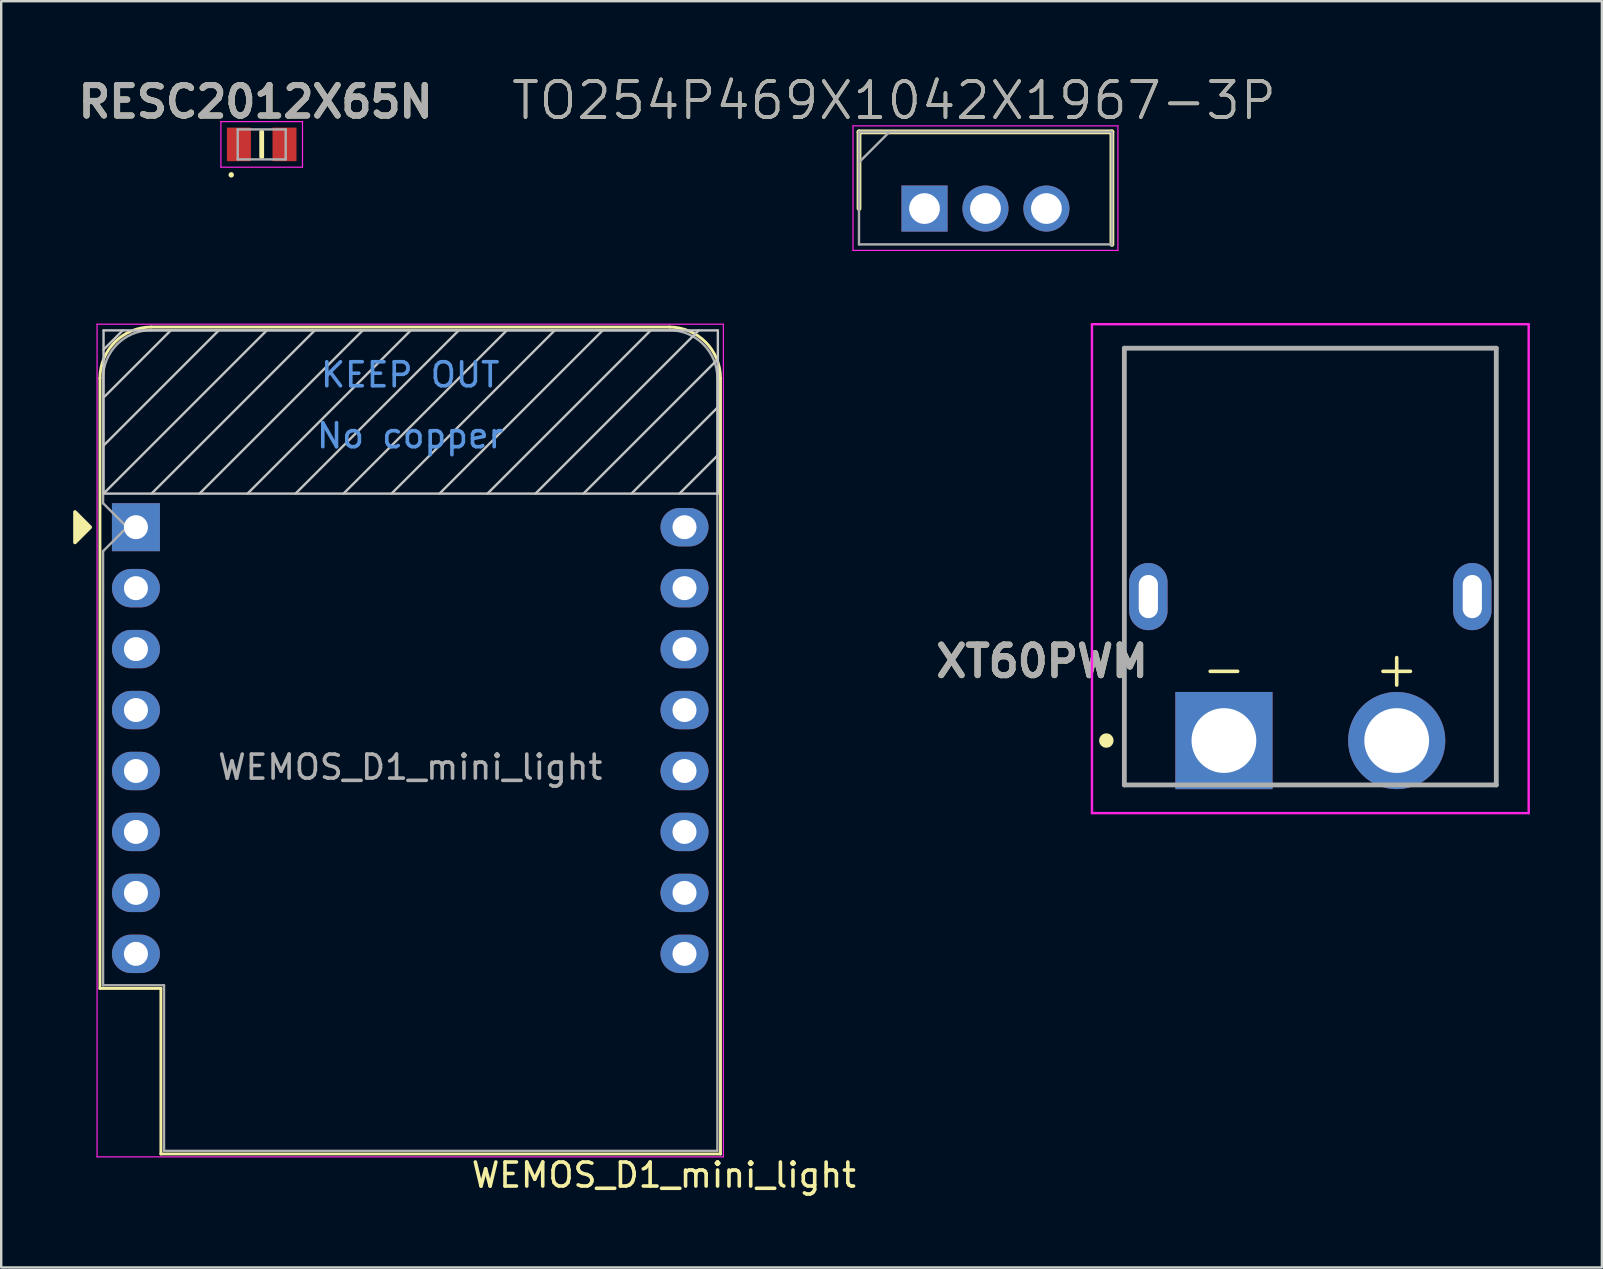
<source format=kicad_pcb>
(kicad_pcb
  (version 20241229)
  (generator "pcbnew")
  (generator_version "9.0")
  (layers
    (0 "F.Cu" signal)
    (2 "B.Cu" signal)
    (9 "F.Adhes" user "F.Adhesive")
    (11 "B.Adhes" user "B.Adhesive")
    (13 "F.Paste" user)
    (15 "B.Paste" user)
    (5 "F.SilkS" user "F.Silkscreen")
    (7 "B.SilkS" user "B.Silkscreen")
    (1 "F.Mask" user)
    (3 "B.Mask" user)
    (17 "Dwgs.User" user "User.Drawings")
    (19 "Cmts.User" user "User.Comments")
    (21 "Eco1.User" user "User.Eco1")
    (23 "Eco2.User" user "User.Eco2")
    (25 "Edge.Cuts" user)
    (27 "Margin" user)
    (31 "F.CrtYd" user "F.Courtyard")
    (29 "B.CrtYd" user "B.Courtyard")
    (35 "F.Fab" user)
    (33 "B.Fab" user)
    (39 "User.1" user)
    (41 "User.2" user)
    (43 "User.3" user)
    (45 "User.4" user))
  (footprint "RESC2012X65N"
    (layer "F.Cu")
    (at 7.856 2.967)
    (property "Reference" "RESC2012X65N" (at -0.254 -1.778 0) (layer "F.SilkS") (effects (font (size 1.27 1.27) (thickness 0.254))))
    (attr smd)
    (fp_line (start 0 -0.525) (end 0 0.525) (stroke (width 0.2) (type solid)) (layer "F.SilkS"))
    (fp_circle (center -1.27 1.27) (end -1.22 1.27) (stroke (width 0.127) (type solid)) (fill yes) (layer "F.SilkS"))
    (fp_line (start -1.7 -0.95) (end 1.7 -0.95) (stroke (width 0.05) (type solid)) (layer "F.CrtYd"))
    (fp_line (start -1.7 0.95) (end -1.7 -0.95) (stroke (width 0.05) (type solid)) (layer "F.CrtYd"))
    (fp_line (start 1.7 -0.95) (end 1.7 0.95) (stroke (width 0.05) (type solid)) (layer "F.CrtYd"))
    (fp_line (start 1.7 0.95) (end -1.7 0.95) (stroke (width 0.05) (type solid)) (layer "F.CrtYd"))
    (fp_line (start -1 -0.625) (end 1 -0.625) (stroke (width 0.1) (type solid)) (layer "F.Fab"))
    (fp_line (start -1 0.625) (end -1 -0.625) (stroke (width 0.1) (type solid)) (layer "F.Fab"))
    (fp_line (start 1 -0.625) (end 1 0.625) (stroke (width 0.1) (type solid)) (layer "F.Fab"))
    (fp_line (start 1 0.625) (end -1 0.625) (stroke (width 0.1) (type solid)) (layer "F.Fab"))
    (fp_text user "${REFERENCE}" (at -0.254 -1.778 0) (layer "F.Fab") (effects (font (size 1.27 1.27) (thickness 0.254))))
    (pad "1" smd rect (at -0.95 0) (size 1 1.4) (layers "F.Cu" "F.Mask" "F.Paste"))
    (pad "2" smd rect (at 0.95 0) (size 1 1.4) (layers "F.Cu" "F.Mask" "F.Paste")))
  (footprint "TO254P469X1042X1967-3P"
    (layer "F.Cu")
    (at 35.477 5.641)
    (property "Reference" "TO254P469X1042X1967-3P" (at -1.27 -4.5 0) (layer "F.SilkS") (effects (font (size 1.5 1.5) (thickness 0.15))))
    (attr through_hole)
    (fp_line (start -2.73 -3.195) (end -2.73 0) (stroke (width 0.2) (type solid)) (layer "F.SilkS"))
    (fp_line (start 7.81 -3.195) (end -2.73 -3.195) (stroke (width 0.2) (type solid)) (layer "F.SilkS"))
    (fp_line (start 7.81 1.495) (end 7.81 -3.195) (stroke (width 0.2) (type solid)) (layer "F.SilkS"))
    (fp_line (start -2.98 -3.445) (end 8.06 -3.445) (stroke (width 0.05) (type solid)) (layer "F.CrtYd"))
    (fp_line (start -2.98 1.745) (end -2.98 -3.445) (stroke (width 0.05) (type solid)) (layer "F.CrtYd"))
    (fp_line (start 8.06 -3.445) (end 8.06 1.745) (stroke (width 0.05) (type solid)) (layer "F.CrtYd"))
    (fp_line (start 8.06 1.745) (end -2.98 1.745) (stroke (width 0.05) (type solid)) (layer "F.CrtYd"))
    (fp_line (start -2.73 -3.195) (end 7.81 -3.195) (stroke (width 0.1) (type solid)) (layer "F.Fab"))
    (fp_line (start -2.73 -1.925) (end -1.46 -3.195) (stroke (width 0.1) (type solid)) (layer "F.Fab"))
    (fp_line (start -2.73 1.495) (end -2.73 -3.195) (stroke (width 0.1) (type solid)) (layer "F.Fab"))
    (fp_line (start 7.81 -3.195) (end 7.81 1.495) (stroke (width 0.1) (type solid)) (layer "F.Fab"))
    (fp_line (start 7.81 1.495) (end -2.73 1.495) (stroke (width 0.1) (type solid)) (layer "F.Fab"))
    (fp_text user "${REFERENCE}" (at -1.27 -4.5 0) (layer "F.Fab") (effects (font (size 1.5 1.5) (thickness 0.15))))
    (pad "1" thru_hole rect (at 0 0) (size 1.92 1.92) (drill 1.28) (layers "*.Cu" "*.Mask"))
    (pad "2" thru_hole circle (at 2.54 0) (size 1.92 1.92) (drill 1.28) (layers "*.Cu" "*.Mask"))
    (pad "3" thru_hole circle (at 5.08 0) (size 1.92 1.92) (drill 1.28) (layers "*.Cu" "*.Mask")))
  (footprint "XT60PWM"
    (layer "F.Cu")
    (at 51.555 27.811)
    (property "Reference" "XT60PWM" (at -11.176 -3.302 0) (layer "F.SilkS") (effects (font (size 1.27 1.27) (thickness 0.254))))
    (attr through_hole)
    (fp_line (start -7.75 -16.35) (end 7.75 -16.35) (stroke (width 0.1) (type solid)) (layer "F.SilkS"))
    (fp_line (start -7.75 -7) (end -7.75 -16.35) (stroke (width 0.1) (type solid)) (layer "F.SilkS"))
    (fp_line (start -7.75 -3) (end -7.75 1.85) (stroke (width 0.1) (type solid)) (layer "F.SilkS"))
    (fp_line (start -7.75 1.85) (end -5.7 1.85) (stroke (width 0.1) (type solid)) (layer "F.SilkS"))
    (fp_line (start 5.4 1.85) (end 7.75 1.85) (stroke (width 0.1) (type solid)) (layer "F.SilkS"))
    (fp_line (start 7.75 -16.35) (end 7.75 -7) (stroke (width 0.1) (type solid)) (layer "F.SilkS"))
    (fp_line (start 7.75 1.85) (end 7.75 -3) (stroke (width 0.1) (type solid)) (layer "F.SilkS"))
    (fp_circle (center -8.5 0) (end -8.3 0) (stroke (width 0.2) (type solid)) (fill yes) (layer "F.SilkS"))
    (fp_line (start -9.1 -17.35) (end 9.1 -17.35) (stroke (width 0.1) (type solid)) (layer "F.CrtYd"))
    (fp_line (start -9.1 3.025) (end -9.1 -17.35) (stroke (width 0.1) (type solid)) (layer "F.CrtYd"))
    (fp_line (start 9.1 -17.35) (end 9.1 3.025) (stroke (width 0.1) (type solid)) (layer "F.CrtYd"))
    (fp_line (start 9.1 3.025) (end -9.1 3.025) (stroke (width 0.1) (type solid)) (layer "F.CrtYd"))
    (fp_line (start -7.75 -16.35) (end 7.75 -16.35) (stroke (width 0.2) (type solid)) (layer "F.Fab"))
    (fp_line (start -7.75 1.85) (end -7.75 -16.35) (stroke (width 0.2) (type solid)) (layer "F.Fab"))
    (fp_line (start 7.75 -16.35) (end 7.75 1.85) (stroke (width 0.2) (type solid)) (layer "F.Fab"))
    (fp_line (start 7.75 1.85) (end -7.75 1.85) (stroke (width 0.2) (type solid)) (layer "F.Fab"))
    (fp_text user "+" (at 3.6 -3 0) (unlocked yes) (layer "F.SilkS") (effects (font (size 1.5 1.5) (thickness 0.15))))
    (fp_text user "-" (at -3.6 -3 0) (unlocked yes) (layer "F.SilkS") (effects (font (size 1.5 1.5) (thickness 0.15))))
    (fp_text user "${REFERENCE}" (at -11.176 -3.302 0) (layer "F.Fab") (effects (font (size 1.27 1.27) (thickness 0.254))))
    (pad "" np_thru_hole oval (at -6.75 -6) (size 1.6 2.8) (drill oval 0.8 1.8) (layers "*.Cu" "*.Mask"))
    (pad "" np_thru_hole oval (at 6.75 -6) (size 1.6 2.8) (drill oval 0.8 1.8) (layers "*.Cu" "*.Mask"))
    (pad "N" thru_hole rect (at -3.6 0) (size 4.05 4.05) (drill 2.7) (layers "*.Cu" "*.Mask"))
    (pad "P" thru_hole circle (at 3.6 0) (size 4.05 4.05) (drill 2.7) (layers "*.Cu" "*.Mask")))
  (footprint "WEMOS_D1_mini_light"
    (layer "F.Cu")
    (at 2.615 18.92)
    (property "Reference" "WEMOS_D1_mini_light" (at 22 27 0) (layer "F.SilkS") (effects (font (size 1 1) (thickness 0.15))))
    (attr through_hole)
    (fp_line (start -1.5 19.22) (end -1.5 -6.21) (stroke (width 0.12) (type solid)) (layer "F.SilkS"))
    (fp_line (start -1.5 19.22) (end 1.04 19.22) (stroke (width 0.12) (type solid)) (layer "F.SilkS"))
    (fp_line (start 1.04 19.22) (end 1.04 26.12) (stroke (width 0.12) (type solid)) (layer "F.SilkS"))
    (fp_line (start 1.04 26.12) (end 24.36 26.12) (stroke (width 0.12) (type solid)) (layer "F.SilkS"))
    (fp_line (start 22.24 -8.34) (end 0.63 -8.34) (stroke (width 0.12) (type solid)) (layer "F.SilkS"))
    (fp_line (start 24.36 26.12) (end 24.36 -6.21) (stroke (width 0.12) (type solid)) (layer "F.SilkS"))
    (fp_arc (start -1.5 -6.21) (mid -0.876137 -7.716137) (end 0.63 -8.34) (stroke (width 0.12) (type solid)) (layer "F.SilkS"))
    (fp_arc (start 22.23 -8.34) (mid 23.736137 -7.716137) (end 24.36 -6.21) (stroke (width 0.12) (type solid)) (layer "F.SilkS"))
    (fp_poly (pts (xy -2.54 -0.635) (xy -2.54 0.635) (xy -1.905 0)) (stroke (width 0.15) (type solid)) (fill yes) (layer "F.SilkS"))
    (fp_line (start -1.35 -8.2) (end -1.35 -1.4) (stroke (width 0.1) (type solid)) (layer "Dwgs.User"))
    (fp_line (start -1.35 -7.4) (end -0.55 -8.2) (stroke (width 0.1) (type solid)) (layer "Dwgs.User"))
    (fp_line (start -1.35 -3.4) (end 3.45 -8.2) (stroke (width 0.1) (type solid)) (layer "Dwgs.User"))
    (fp_line (start -1.35 -1.4) (end 5.45 -8.2) (stroke (width 0.1) (type solid)) (layer "Dwgs.User"))
    (fp_line (start -1.35 -1.4) (end 24.25 -1.4) (stroke (width 0.1) (type solid)) (layer "Dwgs.User"))
    (fp_line (start -1.3 -5.45) (end 1.45 -8.2) (stroke (width 0.1) (type solid)) (layer "Dwgs.User"))
    (fp_line (start 0.65 -1.4) (end 7.45 -8.2) (stroke (width 0.1) (type solid)) (layer "Dwgs.User"))
    (fp_line (start 2.65 -1.4) (end 9.45 -8.2) (stroke (width 0.1) (type solid)) (layer "Dwgs.User"))
    (fp_line (start 4.65 -1.4) (end 11.45 -8.2) (stroke (width 0.1) (type solid)) (layer "Dwgs.User"))
    (fp_line (start 6.65 -1.4) (end 13.45 -8.2) (stroke (width 0.1) (type solid)) (layer "Dwgs.User"))
    (fp_line (start 8.65 -1.4) (end 15.45 -8.2) (stroke (width 0.1) (type solid)) (layer "Dwgs.User"))
    (fp_line (start 10.65 -1.4) (end 17.45 -8.2) (stroke (width 0.1) (type solid)) (layer "Dwgs.User"))
    (fp_line (start 12.65 -1.4) (end 19.45 -8.2) (stroke (width 0.1) (type solid)) (layer "Dwgs.User"))
    (fp_line (start 14.65 -1.4) (end 21.45 -8.2) (stroke (width 0.1) (type solid)) (layer "Dwgs.User"))
    (fp_line (start 16.65 -1.4) (end 23.45 -8.2) (stroke (width 0.1) (type solid)) (layer "Dwgs.User"))
    (fp_line (start 18.65 -1.4) (end 24.25 -7) (stroke (width 0.1) (type solid)) (layer "Dwgs.User"))
    (fp_line (start 20.65 -1.4) (end 24.25 -5) (stroke (width 0.1) (type solid)) (layer "Dwgs.User"))
    (fp_line (start 22.65 -1.4) (end 24.25 -3) (stroke (width 0.1) (type solid)) (layer "Dwgs.User"))
    (fp_line (start 24.25 -8.2) (end -1.35 -8.2) (stroke (width 0.1) (type solid)) (layer "Dwgs.User"))
    (fp_line (start 24.25 -1.4) (end 24.25 -8.2) (stroke (width 0.1) (type solid)) (layer "Dwgs.User"))
    (fp_line (start -1.62 -8.46) (end 24.48 -8.46) (stroke (width 0.05) (type solid)) (layer "F.CrtYd"))
    (fp_line (start -1.62 26.24) (end -1.62 -8.46) (stroke (width 0.05) (type solid)) (layer "F.CrtYd"))
    (fp_line (start 24.48 -8.46) (end 24.48 26.24) (stroke (width 0.05) (type solid)) (layer "F.CrtYd"))
    (fp_line (start 24.48 26.24) (end -1.62 26.24) (stroke (width 0.05) (type solid)) (layer "F.CrtYd"))
    (fp_line (start -1.37 -6.21) (end -1.37 -1) (stroke (width 0.1) (type solid)) (layer "F.Fab"))
    (fp_line (start -1.37 1) (end -1.37 19.09) (stroke (width 0.1) (type solid)) (layer "F.Fab"))
    (fp_line (start -1.37 1) (end -0.37 0) (stroke (width 0.1) (type solid)) (layer "F.Fab"))
    (fp_line (start -1.37 19.09) (end 1.17 19.09) (stroke (width 0.1) (type solid)) (layer "F.Fab"))
    (fp_line (start -0.37 0) (end -1.37 -1) (stroke (width 0.1) (type solid)) (layer "F.Fab"))
    (fp_line (start 1.17 19.09) (end 1.17 25.99) (stroke (width 0.1) (type solid)) (layer "F.Fab"))
    (fp_line (start 1.17 25.99) (end 24.23 25.99) (stroke (width 0.1) (type solid)) (layer "F.Fab"))
    (fp_line (start 22.23 -8.21) (end 0.63 -8.21) (stroke (width 0.1) (type solid)) (layer "F.Fab"))
    (fp_line (start 24.23 25.99) (end 24.23 -6.21) (stroke (width 0.1) (type solid)) (layer "F.Fab"))
    (fp_arc (start -1.37 -6.21) (mid -0.784214 -7.624214) (end 0.63 -8.21) (stroke (width 0.1) (type solid)) (layer "F.Fab"))
    (fp_arc (start 22.25 -8.21) (mid 23.658356 -7.610071) (end 24.23 -6.19) (stroke (width 0.1) (type solid)) (layer "F.Fab"))
    (fp_text user "No copper" (at 11.43 -3.81 0) (layer "Cmts.User") (effects (font (size 1 1) (thickness 0.15))))
    (fp_text user "KEEP OUT" (at 11.43 -6.35 0) (layer "Cmts.User") (effects (font (size 1 1) (thickness 0.15))))
    (fp_text user "${REFERENCE}" (at 11.43 10 0) (layer "F.Fab") (effects (font (size 1 1) (thickness 0.15))))
    (pad "1" thru_hole rect (at 0 0) (size 2 2) (drill 1) (layers "*.Cu" "*.Mask"))
    (pad "2" thru_hole oval (at 0 2.54) (size 2 1.6) (drill 1) (layers "*.Cu" "*.Mask"))
    (pad "3" thru_hole oval (at 0 5.08) (size 2 1.6) (drill 1) (layers "*.Cu" "*.Mask"))
    (pad "4" thru_hole oval (at 0 7.62) (size 2 1.6) (drill 1) (layers "*.Cu" "*.Mask"))
    (pad "5" thru_hole oval (at 0 10.16) (size 2 1.6) (drill 1) (layers "*.Cu" "*.Mask"))
    (pad "6" thru_hole oval (at 0 12.7) (size 2 1.6) (drill 1) (layers "*.Cu" "*.Mask"))
    (pad "7" thru_hole oval (at 0 15.24) (size 2 1.6) (drill 1) (layers "*.Cu" "*.Mask"))
    (pad "8" thru_hole oval (at 0 17.78) (size 2 1.6) (drill 1) (layers "*.Cu" "*.Mask"))
    (pad "9" thru_hole oval (at 22.86 17.78) (size 2 1.6) (drill 1) (layers "*.Cu" "*.Mask"))
    (pad "10" thru_hole oval (at 22.86 15.24) (size 2 1.6) (drill 1) (layers "*.Cu" "*.Mask"))
    (pad "11" thru_hole oval (at 22.86 12.7) (size 2 1.6) (drill 1) (layers "*.Cu" "*.Mask"))
    (pad "12" thru_hole oval (at 22.86 10.16) (size 2 1.6) (drill 1) (layers "*.Cu" "*.Mask"))
    (pad "13" thru_hole oval (at 22.86 7.62) (size 2 1.6) (drill 1) (layers "*.Cu" "*.Mask"))
    (pad "14" thru_hole oval (at 22.86 5.08) (size 2 1.6) (drill 1) (layers "*.Cu" "*.Mask"))
    (pad "15" thru_hole oval (at 22.86 2.54) (size 2 1.6) (drill 1) (layers "*.Cu" "*.Mask"))
    (pad "16" thru_hole oval (at 22.86 0) (size 2 1.6) (drill 1) (layers "*.Cu" "*.Mask"))
    (zone (net_name "") (layers "F.Cu" "B.Cu") (name "Antenna") (hatch edge 0.508) (connect_pads) (min_thickness 0.254) (filled_areas_thickness no) (keepout (tracks not_allowed) (vias not_allowed) (pads not_allowed) (copperpour not_allowed) (footprints not_allowed)) (placement (enabled no)) (fill) (polygon (pts (xy 26.923 17.574) (xy 1.218 17.574) (xy 1.218 10.411) (xy 26.923 10.411)))))
  (gr_rect
    (start -3 -3)
    (end 63.705 49.768)
    (stroke (width 0.1) (type default))
    (fill no)
    (layer "Edge.Cuts")))
</source>
